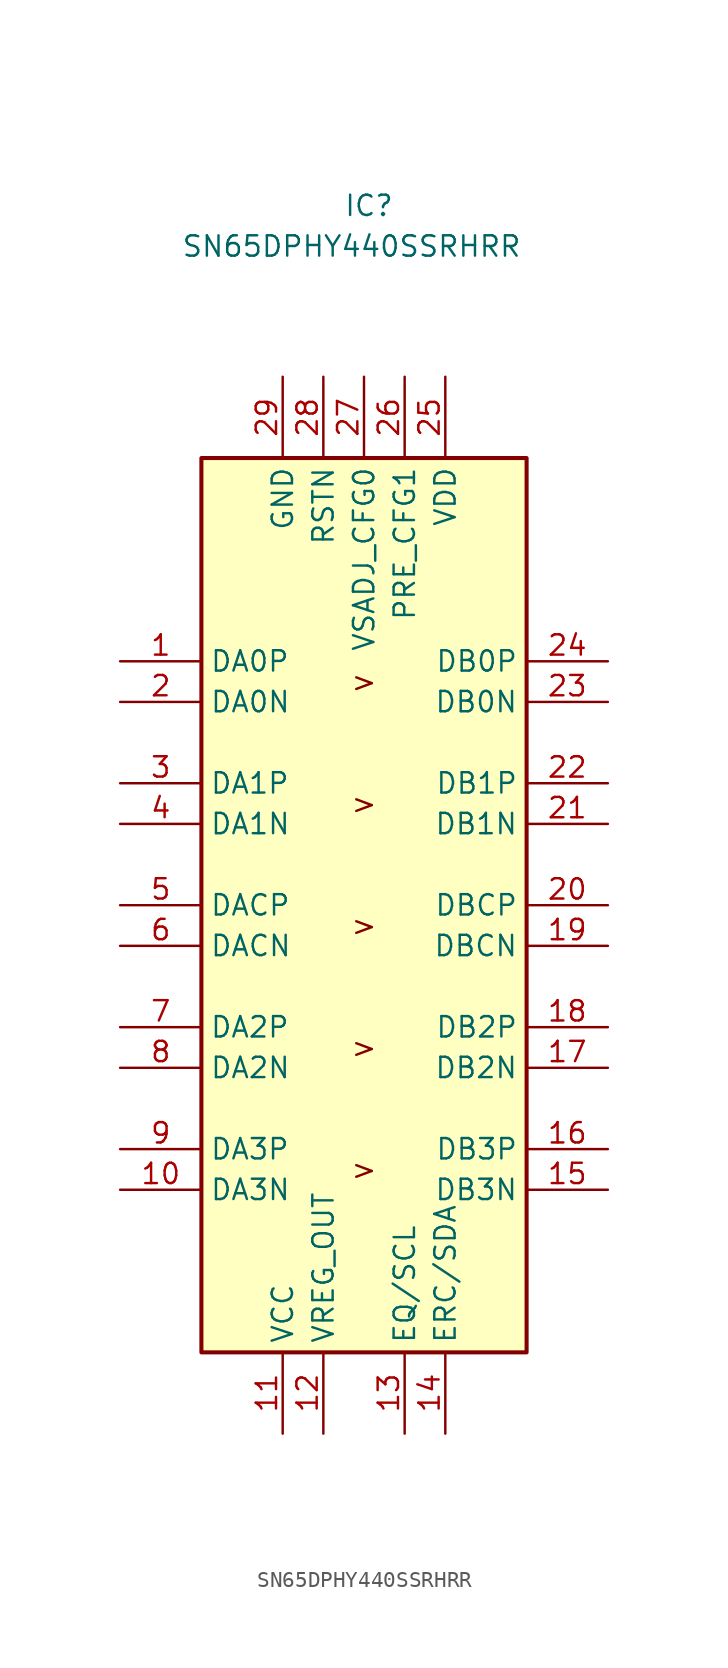
<source format=kicad_sym>
(kicad_symbol_lib
  (version 20220914)
  (generator kicad_symbol_editor)
  (symbol "SN65DPHY440SSRHRR"
    (property "Reference" "IC"
      (at -1.27 44.45 0)
      (effects (font (size 1.27 1.27)) (justify left top)))
    (property "Value" "SN65DPHY440SSRHRR"
      (at -11.43 41.91 0)
      (effects (font (size 1.27 1.27)) (justify left top)))
    (symbol "SN65DPHY440SSRHRR_1_1"
      (rectangle (start -10.16 27.94) (end 10.16 -27.94) (stroke (width 0.254) (type default)) (fill (type background)))
      (text ">" (at 0 -16.51 0) (effects (font (size 1.27 1.27))))
      (text ">" (at 0 -8.89 0) (effects (font (size 1.27 1.27))))
      (text ">" (at 0 -1.27 0) (effects (font (size 1.27 1.27))))
      (text ">" (at 0 6.35 0) (effects (font (size 1.27 1.27))))
      (text ">" (at 0 13.97 0) (effects (font (size 1.27 1.27))))
      (pin passive line (at -15.24 15.24 0) (length 5.08) (name "DA0P" (effects (font (size 1.27 1.27)))) (number "1" (effects (font (size 1.27 1.27)))))
      (pin passive line (at -15.24 -17.78 0) (length 5.08) (name "DA3N" (effects (font (size 1.27 1.27)))) (number "10" (effects (font (size 1.27 1.27)))))
      (pin passive line (at -5.08 -33.02 90) (length 5.08) (name "VCC" (effects (font (size 1.27 1.27)))) (number "11" (effects (font (size 1.27 1.27)))))
      (pin passive line (at -2.54 -33.02 90) (length 5.08) (name "VREG_OUT" (effects (font (size 1.27 1.27)))) (number "12" (effects (font (size 1.27 1.27)))))
      (pin passive line (at 2.54 -33.02 90) (length 5.08) (name "EQ/SCL" (effects (font (size 1.27 1.27)))) (number "13" (effects (font (size 1.27 1.27)))))
      (pin passive line (at 5.08 -33.02 90) (length 5.08) (name "ERC/SDA" (effects (font (size 1.27 1.27)))) (number "14" (effects (font (size 1.27 1.27)))))
      (pin passive line (at 15.24 -17.78 180) (length 5.08) (name "DB3N" (effects (font (size 1.27 1.27)))) (number "15" (effects (font (size 1.27 1.27)))))
      (pin passive line (at 15.24 -15.24 180) (length 5.08) (name "DB3P" (effects (font (size 1.27 1.27)))) (number "16" (effects (font (size 1.27 1.27)))))
      (pin passive line (at 15.24 -10.16 180) (length 5.08) (name "DB2N" (effects (font (size 1.27 1.27)))) (number "17" (effects (font (size 1.27 1.27)))))
      (pin passive line (at 15.24 -7.62 180) (length 5.08) (name "DB2P" (effects (font (size 1.27 1.27)))) (number "18" (effects (font (size 1.27 1.27)))))
      (pin passive line (at 15.24 -2.54 180) (length 5.08) (name "DBCN" (effects (font (size 1.27 1.27)))) (number "19" (effects (font (size 1.27 1.27)))))
      (pin passive line (at -15.24 12.7 0) (length 5.08) (name "DA0N" (effects (font (size 1.27 1.27)))) (number "2" (effects (font (size 1.27 1.27)))))
      (pin passive line (at 15.24 0 180) (length 5.08) (name "DBCP" (effects (font (size 1.27 1.27)))) (number "20" (effects (font (size 1.27 1.27)))))
      (pin passive line (at 15.24 5.08 180) (length 5.08) (name "DB1N" (effects (font (size 1.27 1.27)))) (number "21" (effects (font (size 1.27 1.27)))))
      (pin passive line (at 15.24 7.62 180) (length 5.08) (name "DB1P" (effects (font (size 1.27 1.27)))) (number "22" (effects (font (size 1.27 1.27)))))
      (pin passive line (at 15.24 12.7 180) (length 5.08) (name "DB0N" (effects (font (size 1.27 1.27)))) (number "23" (effects (font (size 1.27 1.27)))))
      (pin passive line (at 15.24 15.24 180) (length 5.08) (name "DB0P" (effects (font (size 1.27 1.27)))) (number "24" (effects (font (size 1.27 1.27)))))
      (pin passive line (at 5.08 33.02 270) (length 5.08) (name "VDD" (effects (font (size 1.27 1.27)))) (number "25" (effects (font (size 1.27 1.27)))))
      (pin passive line (at 2.54 33.02 270) (length 5.08) (name "PRE_CFG1" (effects (font (size 1.27 1.27)))) (number "26" (effects (font (size 1.27 1.27)))))
      (pin passive line (at 0 33.02 270) (length 5.08) (name "VSADJ_CFG0" (effects (font (size 1.27 1.27)))) (number "27" (effects (font (size 1.27 1.27)))))
      (pin passive line (at -2.54 33.02 270) (length 5.08) (name "RSTN" (effects (font (size 1.27 1.27)))) (number "28" (effects (font (size 1.27 1.27)))))
      (pin passive line (at -5.08 33.02 270) (length 5.08) (name "GND" (effects (font (size 1.27 1.27)))) (number "29" (effects (font (size 1.27 1.27)))))
      (pin passive line (at -15.24 7.62 0) (length 5.08) (name "DA1P" (effects (font (size 1.27 1.27)))) (number "3" (effects (font (size 1.27 1.27)))))
      (pin passive line (at -15.24 5.08 0) (length 5.08) (name "DA1N" (effects (font (size 1.27 1.27)))) (number "4" (effects (font (size 1.27 1.27)))))
      (pin passive line (at -15.24 0 0) (length 5.08) (name "DACP" (effects (font (size 1.27 1.27)))) (number "5" (effects (font (size 1.27 1.27)))))
      (pin passive line (at -15.24 -2.54 0) (length 5.08) (name "DACN" (effects (font (size 1.27 1.27)))) (number "6" (effects (font (size 1.27 1.27)))))
      (pin passive line (at -15.24 -7.62 0) (length 5.08) (name "DA2P" (effects (font (size 1.27 1.27)))) (number "7" (effects (font (size 1.27 1.27)))))
      (pin passive line (at -15.24 -10.16 0) (length 5.08) (name "DA2N" (effects (font (size 1.27 1.27)))) (number "8" (effects (font (size 1.27 1.27)))))
      (pin passive line (at -15.24 -15.24 0) (length 5.08) (name "DA3P" (effects (font (size 1.27 1.27)))) (number "9" (effects (font (size 1.27 1.27))))))))
</source>
